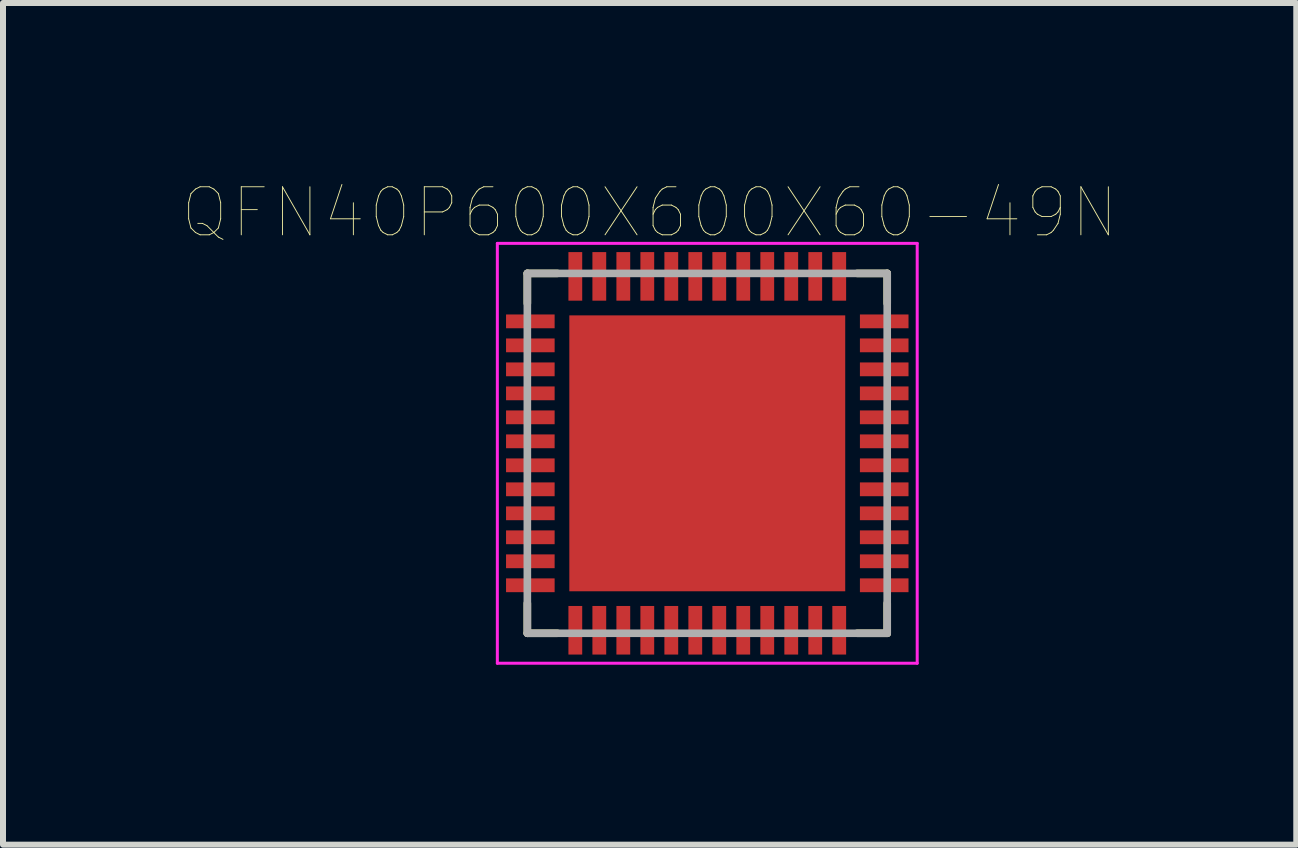
<source format=kicad_pcb>
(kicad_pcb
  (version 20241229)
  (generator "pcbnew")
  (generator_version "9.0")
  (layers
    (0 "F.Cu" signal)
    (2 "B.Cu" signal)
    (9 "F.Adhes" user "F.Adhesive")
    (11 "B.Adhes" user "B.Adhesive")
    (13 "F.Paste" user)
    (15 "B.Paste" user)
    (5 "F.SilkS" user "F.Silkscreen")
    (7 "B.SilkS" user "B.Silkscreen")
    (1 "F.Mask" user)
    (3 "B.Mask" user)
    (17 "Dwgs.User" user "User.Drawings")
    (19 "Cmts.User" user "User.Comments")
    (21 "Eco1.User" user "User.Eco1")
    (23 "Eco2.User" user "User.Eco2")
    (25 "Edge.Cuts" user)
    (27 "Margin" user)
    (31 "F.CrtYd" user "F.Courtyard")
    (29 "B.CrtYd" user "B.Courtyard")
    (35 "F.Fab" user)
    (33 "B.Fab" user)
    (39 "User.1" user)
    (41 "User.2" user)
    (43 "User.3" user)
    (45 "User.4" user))
  (footprint "QFN40P600X600X60-49N"
    (layer "F.Cu")
    (at 8.742 4.508)
    (property "Reference" "QFN40P600X600X60-49N" (at -0.961 -4.013 0) (layer "F.SilkS") (effects (font (size 0.801 0.801) (thickness 0.015))))
    (attr through_hole)
    (fp_line (start -3 -3) (end -3 -2.5) (stroke (width 0.127) (type solid)) (layer "F.SilkS"))
    (fp_line (start -3 3) (end -3 2.5) (stroke (width 0.127) (type solid)) (layer "F.SilkS"))
    (fp_line (start -2.5 -3) (end -3 -3) (stroke (width 0.127) (type solid)) (layer "F.SilkS"))
    (fp_line (start -2.5 3) (end -3 3) (stroke (width 0.127) (type solid)) (layer "F.SilkS"))
    (fp_line (start 2.5 -3) (end 3 -3) (stroke (width 0.127) (type solid)) (layer "F.SilkS"))
    (fp_line (start 3 -3) (end 3 -2.5) (stroke (width 0.127) (type solid)) (layer "F.SilkS"))
    (fp_line (start 3 2.5) (end 3 3) (stroke (width 0.127) (type solid)) (layer "F.SilkS"))
    (fp_line (start 3 3) (end 2.5 3) (stroke (width 0.127) (type solid)) (layer "F.SilkS"))
    (fp_poly (pts (xy -1.969 0.335) (xy -0.335 0.335) (xy -0.335 1.969) (xy -1.969 1.969)) (stroke (width 0.01) (type solid)) (fill yes) (layer "F.Paste"))
    (fp_poly (pts (xy -1.966 -1.965) (xy -0.335 -1.965) (xy -0.335 -0.335) (xy -1.966 -0.335)) (stroke (width 0.01) (type solid)) (fill yes) (layer "F.Paste"))
    (fp_poly (pts (xy 0.335 0.335) (xy 1.965 0.335) (xy 1.965 1.967) (xy 0.335 1.967)) (stroke (width 0.01) (type solid)) (fill yes) (layer "F.Paste"))
    (fp_poly (pts (xy 0.335 -1.965) (xy 1.965 -1.965) (xy 1.965 -0.335) (xy 0.335 -0.335)) (stroke (width 0.01) (type solid)) (fill yes) (layer "F.Paste"))
    (fp_line (start -3.5 -3.5) (end -3.5 3.5) (stroke (width 0.05) (type solid)) (layer "F.CrtYd"))
    (fp_line (start -3.5 3.5) (end 3.5 3.5) (stroke (width 0.05) (type solid)) (layer "F.CrtYd"))
    (fp_line (start 3.5 -3.5) (end -3.5 -3.5) (stroke (width 0.05) (type solid)) (layer "F.CrtYd"))
    (fp_line (start 3.5 3.5) (end 3.5 -3.5) (stroke (width 0.05) (type solid)) (layer "F.CrtYd"))
    (fp_line (start -3 -3) (end -3 3) (stroke (width 0.127) (type solid)) (layer "F.Fab"))
    (fp_line (start -3 3) (end 3 3) (stroke (width 0.127) (type solid)) (layer "F.Fab"))
    (fp_line (start 3 -3) (end -3 -3) (stroke (width 0.127) (type solid)) (layer "F.Fab"))
    (fp_line (start 3 3) (end 3 -3) (stroke (width 0.127) (type solid)) (layer "F.Fab"))
    (pad "1" smd rect (at -2.95 -2.2) (size 0.81 0.23) (layers "F.Cu" "F.Mask" "F.Paste"))
    (pad "2" smd rect (at -2.95 -1.8) (size 0.81 0.23) (layers "F.Cu" "F.Mask" "F.Paste"))
    (pad "3" smd rect (at -2.95 -1.4) (size 0.81 0.23) (layers "F.Cu" "F.Mask" "F.Paste"))
    (pad "4" smd rect (at -2.95 -1) (size 0.81 0.23) (layers "F.Cu" "F.Mask" "F.Paste"))
    (pad "5" smd rect (at -2.95 -0.6) (size 0.81 0.23) (layers "F.Cu" "F.Mask" "F.Paste"))
    (pad "6" smd rect (at -2.95 -0.2) (size 0.81 0.23) (layers "F.Cu" "F.Mask" "F.Paste"))
    (pad "7" smd rect (at -2.95 0.2) (size 0.81 0.23) (layers "F.Cu" "F.Mask" "F.Paste"))
    (pad "8" smd rect (at -2.95 0.6) (size 0.81 0.23) (layers "F.Cu" "F.Mask" "F.Paste"))
    (pad "9" smd rect (at -2.95 1) (size 0.81 0.23) (layers "F.Cu" "F.Mask" "F.Paste"))
    (pad "10" smd rect (at -2.95 1.4) (size 0.81 0.23) (layers "F.Cu" "F.Mask" "F.Paste"))
    (pad "11" smd rect (at -2.95 1.8) (size 0.81 0.23) (layers "F.Cu" "F.Mask" "F.Paste"))
    (pad "12" smd rect (at -2.95 2.2) (size 0.81 0.23) (layers "F.Cu" "F.Mask" "F.Paste"))
    (pad "13" smd rect (at -2.2 2.95) (size 0.23 0.81) (layers "F.Cu" "F.Mask" "F.Paste"))
    (pad "14" smd rect (at -1.8 2.95) (size 0.23 0.81) (layers "F.Cu" "F.Mask" "F.Paste"))
    (pad "15" smd rect (at -1.4 2.95) (size 0.23 0.81) (layers "F.Cu" "F.Mask" "F.Paste"))
    (pad "16" smd rect (at -1 2.95) (size 0.23 0.81) (layers "F.Cu" "F.Mask" "F.Paste"))
    (pad "17" smd rect (at -0.6 2.95) (size 0.23 0.81) (layers "F.Cu" "F.Mask" "F.Paste"))
    (pad "18" smd rect (at -0.2 2.95) (size 0.23 0.81) (layers "F.Cu" "F.Mask" "F.Paste"))
    (pad "19" smd rect (at 0.2 2.95) (size 0.23 0.81) (layers "F.Cu" "F.Mask" "F.Paste"))
    (pad "20" smd rect (at 0.6 2.95) (size 0.23 0.81) (layers "F.Cu" "F.Mask" "F.Paste"))
    (pad "21" smd rect (at 1 2.95) (size 0.23 0.81) (layers "F.Cu" "F.Mask" "F.Paste"))
    (pad "22" smd rect (at 1.4 2.95) (size 0.23 0.81) (layers "F.Cu" "F.Mask" "F.Paste"))
    (pad "23" smd rect (at 1.8 2.95) (size 0.23 0.81) (layers "F.Cu" "F.Mask" "F.Paste"))
    (pad "24" smd rect (at 2.2 2.95) (size 0.23 0.81) (layers "F.Cu" "F.Mask" "F.Paste"))
    (pad "25" smd rect (at 2.95 2.2) (size 0.81 0.23) (layers "F.Cu" "F.Mask" "F.Paste"))
    (pad "26" smd rect (at 2.95 1.8) (size 0.81 0.23) (layers "F.Cu" "F.Mask" "F.Paste"))
    (pad "27" smd rect (at 2.95 1.4) (size 0.81 0.23) (layers "F.Cu" "F.Mask" "F.Paste"))
    (pad "28" smd rect (at 2.95 1) (size 0.81 0.23) (layers "F.Cu" "F.Mask" "F.Paste"))
    (pad "29" smd rect (at 2.95 0.6) (size 0.81 0.23) (layers "F.Cu" "F.Mask" "F.Paste"))
    (pad "30" smd rect (at 2.95 0.2) (size 0.81 0.23) (layers "F.Cu" "F.Mask" "F.Paste"))
    (pad "31" smd rect (at 2.95 -0.2) (size 0.81 0.23) (layers "F.Cu" "F.Mask" "F.Paste"))
    (pad "32" smd rect (at 2.95 -0.6) (size 0.81 0.23) (layers "F.Cu" "F.Mask" "F.Paste"))
    (pad "33" smd rect (at 2.95 -1) (size 0.81 0.23) (layers "F.Cu" "F.Mask" "F.Paste"))
    (pad "34" smd rect (at 2.95 -1.4) (size 0.81 0.23) (layers "F.Cu" "F.Mask" "F.Paste"))
    (pad "35" smd rect (at 2.95 -1.8) (size 0.81 0.23) (layers "F.Cu" "F.Mask" "F.Paste"))
    (pad "36" smd rect (at 2.95 -2.2) (size 0.81 0.23) (layers "F.Cu" "F.Mask" "F.Paste"))
    (pad "37" smd rect (at 2.2 -2.95) (size 0.23 0.81) (layers "F.Cu" "F.Mask" "F.Paste"))
    (pad "38" smd rect (at 1.8 -2.95) (size 0.23 0.81) (layers "F.Cu" "F.Mask" "F.Paste"))
    (pad "39" smd rect (at 1.4 -2.95) (size 0.23 0.81) (layers "F.Cu" "F.Mask" "F.Paste"))
    (pad "40" smd rect (at 1 -2.95) (size 0.23 0.81) (layers "F.Cu" "F.Mask" "F.Paste"))
    (pad "41" smd rect (at 0.6 -2.95) (size 0.23 0.81) (layers "F.Cu" "F.Mask" "F.Paste"))
    (pad "42" smd rect (at 0.2 -2.95) (size 0.23 0.81) (layers "F.Cu" "F.Mask" "F.Paste"))
    (pad "43" smd rect (at -0.2 -2.95) (size 0.23 0.81) (layers "F.Cu" "F.Mask" "F.Paste"))
    (pad "44" smd rect (at -0.6 -2.95) (size 0.23 0.81) (layers "F.Cu" "F.Mask" "F.Paste"))
    (pad "45" smd rect (at -1 -2.95) (size 0.23 0.81) (layers "F.Cu" "F.Mask" "F.Paste"))
    (pad "46" smd rect (at -1.4 -2.95) (size 0.23 0.81) (layers "F.Cu" "F.Mask" "F.Paste"))
    (pad "47" smd rect (at -1.8 -2.95) (size 0.23 0.81) (layers "F.Cu" "F.Mask" "F.Paste"))
    (pad "48" smd rect (at -2.2 -2.95) (size 0.23 0.81) (layers "F.Cu" "F.Mask" "F.Paste"))
    (pad "49" smd rect (at 0 0) (size 4.6 4.6) (layers "F.Cu" "F.Mask")))
  (gr_rect
    (start -3 -3)
    (end 18.562 11.033)
    (stroke (width 0.1) (type default))
    (fill no)
    (layer "Edge.Cuts")))
</source>
